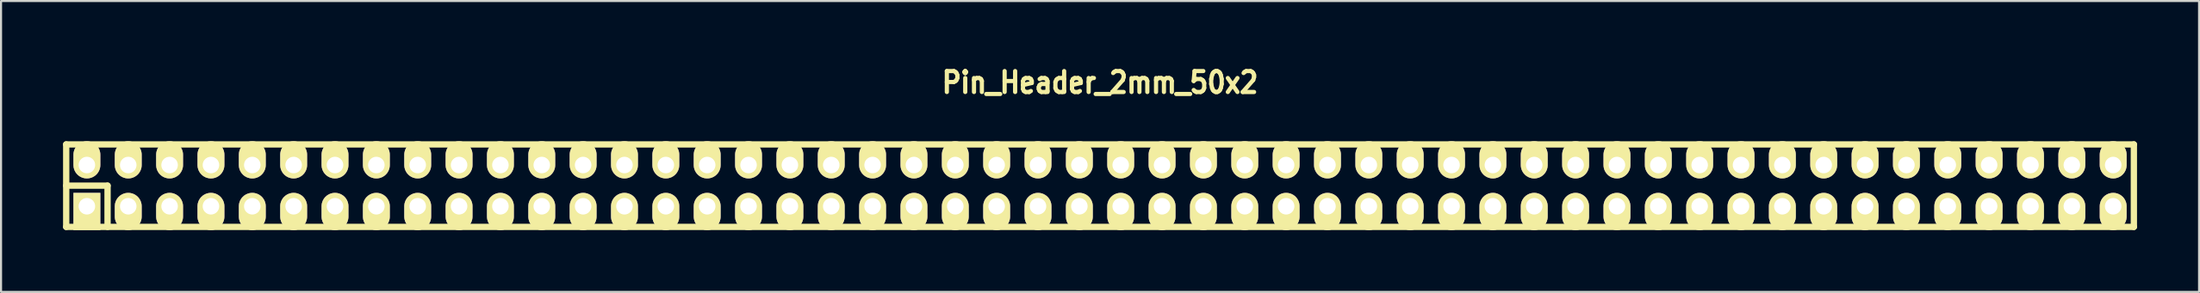
<source format=kicad_pcb>
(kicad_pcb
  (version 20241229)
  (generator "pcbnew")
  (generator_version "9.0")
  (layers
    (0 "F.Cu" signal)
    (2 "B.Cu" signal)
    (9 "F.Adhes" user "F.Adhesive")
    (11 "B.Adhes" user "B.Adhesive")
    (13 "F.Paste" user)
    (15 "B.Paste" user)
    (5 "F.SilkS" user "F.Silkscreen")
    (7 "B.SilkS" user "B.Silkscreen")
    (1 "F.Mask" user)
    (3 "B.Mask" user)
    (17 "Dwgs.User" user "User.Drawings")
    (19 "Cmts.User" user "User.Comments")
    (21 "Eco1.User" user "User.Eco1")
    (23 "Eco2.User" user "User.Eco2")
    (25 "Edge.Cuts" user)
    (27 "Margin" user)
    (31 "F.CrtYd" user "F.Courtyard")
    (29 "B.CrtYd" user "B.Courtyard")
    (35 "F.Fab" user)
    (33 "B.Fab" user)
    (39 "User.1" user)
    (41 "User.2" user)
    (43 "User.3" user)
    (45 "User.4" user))
  (footprint "Pin_Header_2mm_50x2"
    (layer "F.Cu")
    (at 50.152 5.951)
    (property "Reference" "Pin_Header_2mm_50x2" (at 0 -5 0) (layer "F.SilkS") (effects (font (size 1.016 0.889) (thickness 0.203))))
    (attr through_hole)
    (fp_line (start -50 -2) (end 50 -2) (stroke (width 0.305) (type solid)) (layer "F.SilkS"))
    (fp_line (start -50 0) (end -48 0) (stroke (width 0.305) (type solid)) (layer "F.SilkS"))
    (fp_line (start -50 2) (end -50 -2) (stroke (width 0.305) (type solid)) (layer "F.SilkS"))
    (fp_line (start -48 0) (end -48 2) (stroke (width 0.305) (type solid)) (layer "F.SilkS"))
    (fp_line (start 50 -2) (end 50 2) (stroke (width 0.305) (type solid)) (layer "F.SilkS"))
    (fp_line (start 50 2) (end -50 2) (stroke (width 0.305) (type solid)) (layer "F.SilkS"))
    (pad "1" thru_hole rect (at -49 1) (size 1.3 1.8) (drill 0.8 (offset 0 0.25)) (layers "*.Cu" "*.Mask" "F.SilkS"))
    (pad "2" thru_hole oval (at -49 -1) (size 1.3 1.8) (drill 0.8 (offset 0 -0.25)) (layers "*.Cu" "*.Mask" "F.SilkS"))
    (pad "3" thru_hole oval (at -47 1) (size 1.3 1.8) (drill 0.8 (offset 0 0.25)) (layers "*.Cu" "*.Mask" "F.SilkS"))
    (pad "4" thru_hole oval (at -47 -1) (size 1.3 1.8) (drill 0.8 (offset 0 -0.25)) (layers "*.Cu" "*.Mask" "F.SilkS"))
    (pad "5" thru_hole oval (at -45 1) (size 1.3 1.8) (drill 0.8 (offset 0 0.25)) (layers "*.Cu" "*.Mask" "F.SilkS"))
    (pad "6" thru_hole oval (at -45 -1) (size 1.3 1.8) (drill 0.8 (offset 0 -0.25)) (layers "*.Cu" "*.Mask" "F.SilkS"))
    (pad "7" thru_hole oval (at -43 1) (size 1.3 1.8) (drill 0.8 (offset 0 0.25)) (layers "*.Cu" "*.Mask" "F.SilkS"))
    (pad "8" thru_hole oval (at -43 -1) (size 1.3 1.8) (drill 0.8 (offset 0 -0.25)) (layers "*.Cu" "*.Mask" "F.SilkS"))
    (pad "9" thru_hole oval (at -41 1) (size 1.3 1.8) (drill 0.8 (offset 0 0.25)) (layers "*.Cu" "*.Mask" "F.SilkS"))
    (pad "10" thru_hole oval (at -41 -1) (size 1.3 1.8) (drill 0.8 (offset 0 -0.25)) (layers "*.Cu" "*.Mask" "F.SilkS"))
    (pad "11" thru_hole oval (at -39 1) (size 1.3 1.8) (drill 0.8 (offset 0 0.25)) (layers "*.Cu" "*.Mask" "F.SilkS"))
    (pad "12" thru_hole oval (at -39 -1) (size 1.3 1.8) (drill 0.8 (offset 0 -0.25)) (layers "*.Cu" "*.Mask" "F.SilkS"))
    (pad "13" thru_hole oval (at -37 1) (size 1.3 1.8) (drill 0.8 (offset 0 0.25)) (layers "*.Cu" "*.Mask" "F.SilkS"))
    (pad "14" thru_hole oval (at -37 -1) (size 1.3 1.8) (drill 0.8 (offset 0 -0.25)) (layers "*.Cu" "*.Mask" "F.SilkS"))
    (pad "15" thru_hole oval (at -35 1) (size 1.3 1.8) (drill 0.8 (offset 0 0.25)) (layers "*.Cu" "*.Mask" "F.SilkS"))
    (pad "16" thru_hole oval (at -35 -1) (size 1.3 1.8) (drill 0.8 (offset 0 -0.25)) (layers "*.Cu" "*.Mask" "F.SilkS"))
    (pad "17" thru_hole oval (at -33 1) (size 1.3 1.8) (drill 0.8 (offset 0 0.25)) (layers "*.Cu" "*.Mask" "F.SilkS"))
    (pad "18" thru_hole oval (at -33 -1) (size 1.3 1.8) (drill 0.8 (offset 0 -0.25)) (layers "*.Cu" "*.Mask" "F.SilkS"))
    (pad "19" thru_hole oval (at -31 1) (size 1.3 1.8) (drill 0.8 (offset 0 0.25)) (layers "*.Cu" "*.Mask" "F.SilkS"))
    (pad "20" thru_hole oval (at -31 -1) (size 1.3 1.8) (drill 0.8 (offset 0 -0.25)) (layers "*.Cu" "*.Mask" "F.SilkS"))
    (pad "21" thru_hole oval (at -29 1) (size 1.3 1.8) (drill 0.8 (offset 0 0.25)) (layers "*.Cu" "*.Mask" "F.SilkS"))
    (pad "22" thru_hole oval (at -29 -1) (size 1.3 1.8) (drill 0.8 (offset 0 -0.25)) (layers "*.Cu" "*.Mask" "F.SilkS"))
    (pad "23" thru_hole oval (at -27 1) (size 1.3 1.8) (drill 0.8 (offset 0 0.25)) (layers "*.Cu" "*.Mask" "F.SilkS"))
    (pad "24" thru_hole oval (at -27 -1) (size 1.3 1.8) (drill 0.8 (offset 0 -0.25)) (layers "*.Cu" "*.Mask" "F.SilkS"))
    (pad "25" thru_hole oval (at -25 1) (size 1.3 1.8) (drill 0.8 (offset 0 0.25)) (layers "*.Cu" "*.Mask" "F.SilkS"))
    (pad "26" thru_hole oval (at -25 -1) (size 1.3 1.8) (drill 0.8 (offset 0 -0.25)) (layers "*.Cu" "*.Mask" "F.SilkS"))
    (pad "27" thru_hole oval (at -23 1) (size 1.3 1.8) (drill 0.8 (offset 0 0.25)) (layers "*.Cu" "*.Mask" "F.SilkS"))
    (pad "28" thru_hole oval (at -23 -1) (size 1.3 1.8) (drill 0.8 (offset 0 -0.25)) (layers "*.Cu" "*.Mask" "F.SilkS"))
    (pad "29" thru_hole oval (at -21 1) (size 1.3 1.8) (drill 0.8 (offset 0 0.25)) (layers "*.Cu" "*.Mask" "F.SilkS"))
    (pad "30" thru_hole oval (at -21 -1) (size 1.3 1.8) (drill 0.8 (offset 0 -0.25)) (layers "*.Cu" "*.Mask" "F.SilkS"))
    (pad "31" thru_hole oval (at -19 1) (size 1.3 1.8) (drill 0.8 (offset 0 0.25)) (layers "*.Cu" "*.Mask" "F.SilkS"))
    (pad "32" thru_hole oval (at -19 -1) (size 1.3 1.8) (drill 0.8 (offset 0 -0.25)) (layers "*.Cu" "*.Mask" "F.SilkS"))
    (pad "33" thru_hole oval (at -17 1) (size 1.3 1.8) (drill 0.8 (offset 0 0.25)) (layers "*.Cu" "*.Mask" "F.SilkS"))
    (pad "34" thru_hole oval (at -17 -1) (size 1.3 1.8) (drill 0.8 (offset 0 -0.25)) (layers "*.Cu" "*.Mask" "F.SilkS"))
    (pad "35" thru_hole oval (at -15 1) (size 1.3 1.8) (drill 0.8 (offset 0 0.25)) (layers "*.Cu" "*.Mask" "F.SilkS"))
    (pad "36" thru_hole oval (at -15 -1) (size 1.3 1.8) (drill 0.8 (offset 0 -0.25)) (layers "*.Cu" "*.Mask" "F.SilkS"))
    (pad "37" thru_hole oval (at -13 1) (size 1.3 1.8) (drill 0.8 (offset 0 0.25)) (layers "*.Cu" "*.Mask" "F.SilkS"))
    (pad "38" thru_hole oval (at -13 -1) (size 1.3 1.8) (drill 0.8 (offset 0 -0.25)) (layers "*.Cu" "*.Mask" "F.SilkS"))
    (pad "39" thru_hole oval (at -11 1) (size 1.3 1.8) (drill 0.8 (offset 0 0.25)) (layers "*.Cu" "*.Mask" "F.SilkS"))
    (pad "40" thru_hole oval (at -11 -1) (size 1.3 1.8) (drill 0.8 (offset 0 -0.25)) (layers "*.Cu" "*.Mask" "F.SilkS"))
    (pad "41" thru_hole oval (at -9 1) (size 1.3 1.8) (drill 0.8 (offset 0 0.25)) (layers "*.Cu" "*.Mask" "F.SilkS"))
    (pad "42" thru_hole oval (at -9 -1) (size 1.3 1.8) (drill 0.8 (offset 0 -0.25)) (layers "*.Cu" "*.Mask" "F.SilkS"))
    (pad "43" thru_hole oval (at -7 1) (size 1.3 1.8) (drill 0.8 (offset 0 0.25)) (layers "*.Cu" "*.Mask" "F.SilkS"))
    (pad "44" thru_hole oval (at -7 -1) (size 1.3 1.8) (drill 0.8 (offset 0 -0.25)) (layers "*.Cu" "*.Mask" "F.SilkS"))
    (pad "45" thru_hole oval (at -5 1) (size 1.3 1.8) (drill 0.8 (offset 0 0.25)) (layers "*.Cu" "*.Mask" "F.SilkS"))
    (pad "46" thru_hole oval (at -5 -1) (size 1.3 1.8) (drill 0.8 (offset 0 -0.25)) (layers "*.Cu" "*.Mask" "F.SilkS"))
    (pad "47" thru_hole oval (at -3 1) (size 1.3 1.8) (drill 0.8 (offset 0 0.25)) (layers "*.Cu" "*.Mask" "F.SilkS"))
    (pad "48" thru_hole oval (at -3 -1) (size 1.3 1.8) (drill 0.8 (offset 0 -0.25)) (layers "*.Cu" "*.Mask" "F.SilkS"))
    (pad "49" thru_hole oval (at -1 1) (size 1.3 1.8) (drill 0.8 (offset 0 0.25)) (layers "*.Cu" "*.Mask" "F.SilkS"))
    (pad "50" thru_hole oval (at -1 -1) (size 1.3 1.8) (drill 0.8 (offset 0 -0.25)) (layers "*.Cu" "*.Mask" "F.SilkS"))
    (pad "51" thru_hole oval (at 1 1) (size 1.3 1.8) (drill 0.8 (offset 0 0.25)) (layers "*.Cu" "*.Mask" "F.SilkS"))
    (pad "52" thru_hole oval (at 1 -1) (size 1.3 1.8) (drill 0.8 (offset 0 -0.25)) (layers "*.Cu" "*.Mask" "F.SilkS"))
    (pad "53" thru_hole oval (at 3 1) (size 1.3 1.8) (drill 0.8 (offset 0 0.25)) (layers "*.Cu" "*.Mask" "F.SilkS"))
    (pad "54" thru_hole oval (at 3 -1) (size 1.3 1.8) (drill 0.8 (offset 0 -0.25)) (layers "*.Cu" "*.Mask" "F.SilkS"))
    (pad "55" thru_hole oval (at 5 1) (size 1.3 1.8) (drill 0.8 (offset 0 0.25)) (layers "*.Cu" "*.Mask" "F.SilkS"))
    (pad "56" thru_hole oval (at 5 -1) (size 1.3 1.8) (drill 0.8 (offset 0 -0.25)) (layers "*.Cu" "*.Mask" "F.SilkS"))
    (pad "57" thru_hole oval (at 7 1) (size 1.3 1.8) (drill 0.8 (offset 0 0.25)) (layers "*.Cu" "*.Mask" "F.SilkS"))
    (pad "58" thru_hole oval (at 7 -1) (size 1.3 1.8) (drill 0.8 (offset 0 -0.25)) (layers "*.Cu" "*.Mask" "F.SilkS"))
    (pad "59" thru_hole oval (at 9 1) (size 1.3 1.8) (drill 0.8 (offset 0 0.25)) (layers "*.Cu" "*.Mask" "F.SilkS"))
    (pad "60" thru_hole oval (at 9 -1) (size 1.3 1.8) (drill 0.8 (offset 0 -0.25)) (layers "*.Cu" "*.Mask" "F.SilkS"))
    (pad "61" thru_hole oval (at 11 1) (size 1.3 1.8) (drill 0.8 (offset 0 0.25)) (layers "*.Cu" "*.Mask" "F.SilkS"))
    (pad "62" thru_hole oval (at 11 -1) (size 1.3 1.8) (drill 0.8 (offset 0 -0.25)) (layers "*.Cu" "*.Mask" "F.SilkS"))
    (pad "63" thru_hole oval (at 13 1) (size 1.3 1.8) (drill 0.8 (offset 0 0.25)) (layers "*.Cu" "*.Mask" "F.SilkS"))
    (pad "64" thru_hole oval (at 13 -1) (size 1.3 1.8) (drill 0.8 (offset 0 -0.25)) (layers "*.Cu" "*.Mask" "F.SilkS"))
    (pad "65" thru_hole oval (at 15 1) (size 1.3 1.8) (drill 0.8 (offset 0 0.25)) (layers "*.Cu" "*.Mask" "F.SilkS"))
    (pad "66" thru_hole oval (at 15 -1) (size 1.3 1.8) (drill 0.8 (offset 0 -0.25)) (layers "*.Cu" "*.Mask" "F.SilkS"))
    (pad "67" thru_hole oval (at 17 1) (size 1.3 1.8) (drill 0.8 (offset 0 0.25)) (layers "*.Cu" "*.Mask" "F.SilkS"))
    (pad "68" thru_hole oval (at 17 -1) (size 1.3 1.8) (drill 0.8 (offset 0 -0.25)) (layers "*.Cu" "*.Mask" "F.SilkS"))
    (pad "69" thru_hole oval (at 19 1) (size 1.3 1.8) (drill 0.8 (offset 0 0.25)) (layers "*.Cu" "*.Mask" "F.SilkS"))
    (pad "70" thru_hole oval (at 19 -1) (size 1.3 1.8) (drill 0.8 (offset 0 -0.25)) (layers "*.Cu" "*.Mask" "F.SilkS"))
    (pad "71" thru_hole oval (at 21 1) (size 1.3 1.8) (drill 0.8 (offset 0 0.25)) (layers "*.Cu" "*.Mask" "F.SilkS"))
    (pad "72" thru_hole oval (at 21 -1) (size 1.3 1.8) (drill 0.8 (offset 0 -0.25)) (layers "*.Cu" "*.Mask" "F.SilkS"))
    (pad "73" thru_hole oval (at 23 1) (size 1.3 1.8) (drill 0.8 (offset 0 0.25)) (layers "*.Cu" "*.Mask" "F.SilkS"))
    (pad "74" thru_hole oval (at 23 -1) (size 1.3 1.8) (drill 0.8 (offset 0 -0.25)) (layers "*.Cu" "*.Mask" "F.SilkS"))
    (pad "75" thru_hole oval (at 25 1) (size 1.3 1.8) (drill 0.8 (offset 0 0.25)) (layers "*.Cu" "*.Mask" "F.SilkS"))
    (pad "76" thru_hole oval (at 25 -1) (size 1.3 1.8) (drill 0.8 (offset 0 -0.25)) (layers "*.Cu" "*.Mask" "F.SilkS"))
    (pad "77" thru_hole oval (at 27 1) (size 1.3 1.8) (drill 0.8 (offset 0 0.25)) (layers "*.Cu" "*.Mask" "F.SilkS"))
    (pad "78" thru_hole oval (at 27 -1) (size 1.3 1.8) (drill 0.8 (offset 0 -0.25)) (layers "*.Cu" "*.Mask" "F.SilkS"))
    (pad "79" thru_hole oval (at 29 1) (size 1.3 1.8) (drill 0.8 (offset 0 0.25)) (layers "*.Cu" "*.Mask" "F.SilkS"))
    (pad "80" thru_hole oval (at 29 -1) (size 1.3 1.8) (drill 0.8 (offset 0 -0.25)) (layers "*.Cu" "*.Mask" "F.SilkS"))
    (pad "81" thru_hole oval (at 31 1) (size 1.3 1.8) (drill 0.8 (offset 0 0.25)) (layers "*.Cu" "*.Mask" "F.SilkS"))
    (pad "82" thru_hole oval (at 31 -1) (size 1.3 1.8) (drill 0.8 (offset 0 -0.25)) (layers "*.Cu" "*.Mask" "F.SilkS"))
    (pad "83" thru_hole oval (at 33 1) (size 1.3 1.8) (drill 0.8 (offset 0 0.25)) (layers "*.Cu" "*.Mask" "F.SilkS"))
    (pad "84" thru_hole oval (at 33 -1) (size 1.3 1.8) (drill 0.8 (offset 0 -0.25)) (layers "*.Cu" "*.Mask" "F.SilkS"))
    (pad "85" thru_hole oval (at 35 1) (size 1.3 1.8) (drill 0.8 (offset 0 0.25)) (layers "*.Cu" "*.Mask" "F.SilkS"))
    (pad "86" thru_hole oval (at 35 -1) (size 1.3 1.8) (drill 0.8 (offset 0 -0.25)) (layers "*.Cu" "*.Mask" "F.SilkS"))
    (pad "87" thru_hole oval (at 37 1) (size 1.3 1.8) (drill 0.8 (offset 0 0.25)) (layers "*.Cu" "*.Mask" "F.SilkS"))
    (pad "88" thru_hole oval (at 37 -1) (size 1.3 1.8) (drill 0.8 (offset 0 -0.25)) (layers "*.Cu" "*.Mask" "F.SilkS"))
    (pad "89" thru_hole oval (at 39 1) (size 1.3 1.8) (drill 0.8 (offset 0 0.25)) (layers "*.Cu" "*.Mask" "F.SilkS"))
    (pad "90" thru_hole oval (at 39 -1) (size 1.3 1.8) (drill 0.8 (offset 0 -0.25)) (layers "*.Cu" "*.Mask" "F.SilkS"))
    (pad "91" thru_hole oval (at 41 1) (size 1.3 1.8) (drill 0.8 (offset 0 0.25)) (layers "*.Cu" "*.Mask" "F.SilkS"))
    (pad "92" thru_hole oval (at 41 -1) (size 1.3 1.8) (drill 0.8 (offset 0 -0.25)) (layers "*.Cu" "*.Mask" "F.SilkS"))
    (pad "93" thru_hole oval (at 43 1) (size 1.3 1.8) (drill 0.8 (offset 0 0.25)) (layers "*.Cu" "*.Mask" "F.SilkS"))
    (pad "94" thru_hole oval (at 43 -1) (size 1.3 1.8) (drill 0.8 (offset 0 -0.25)) (layers "*.Cu" "*.Mask" "F.SilkS"))
    (pad "95" thru_hole oval (at 45 1) (size 1.3 1.8) (drill 0.8 (offset 0 0.25)) (layers "*.Cu" "*.Mask" "F.SilkS"))
    (pad "96" thru_hole oval (at 45 -1) (size 1.3 1.8) (drill 0.8 (offset 0 -0.25)) (layers "*.Cu" "*.Mask" "F.SilkS"))
    (pad "97" thru_hole oval (at 47 1) (size 1.3 1.8) (drill 0.8 (offset 0 0.25)) (layers "*.Cu" "*.Mask" "F.SilkS"))
    (pad "98" thru_hole oval (at 47 -1) (size 1.3 1.8) (drill 0.8 (offset 0 -0.25)) (layers "*.Cu" "*.Mask" "F.SilkS"))
    (pad "99" thru_hole oval (at 49 1) (size 1.3 1.8) (drill 0.8 (offset 0 0.25)) (layers "*.Cu" "*.Mask" "F.SilkS"))
    (pad "100" thru_hole oval (at 49 -1) (size 1.3 1.8) (drill 0.8 (offset 0 -0.25)) (layers "*.Cu" "*.Mask" "F.SilkS")))
  (gr_rect
    (start -3 -3)
    (end 103.305 11.103)
    (stroke (width 0.1) (type default))
    (fill no)
    (layer "Edge.Cuts")))
</source>
